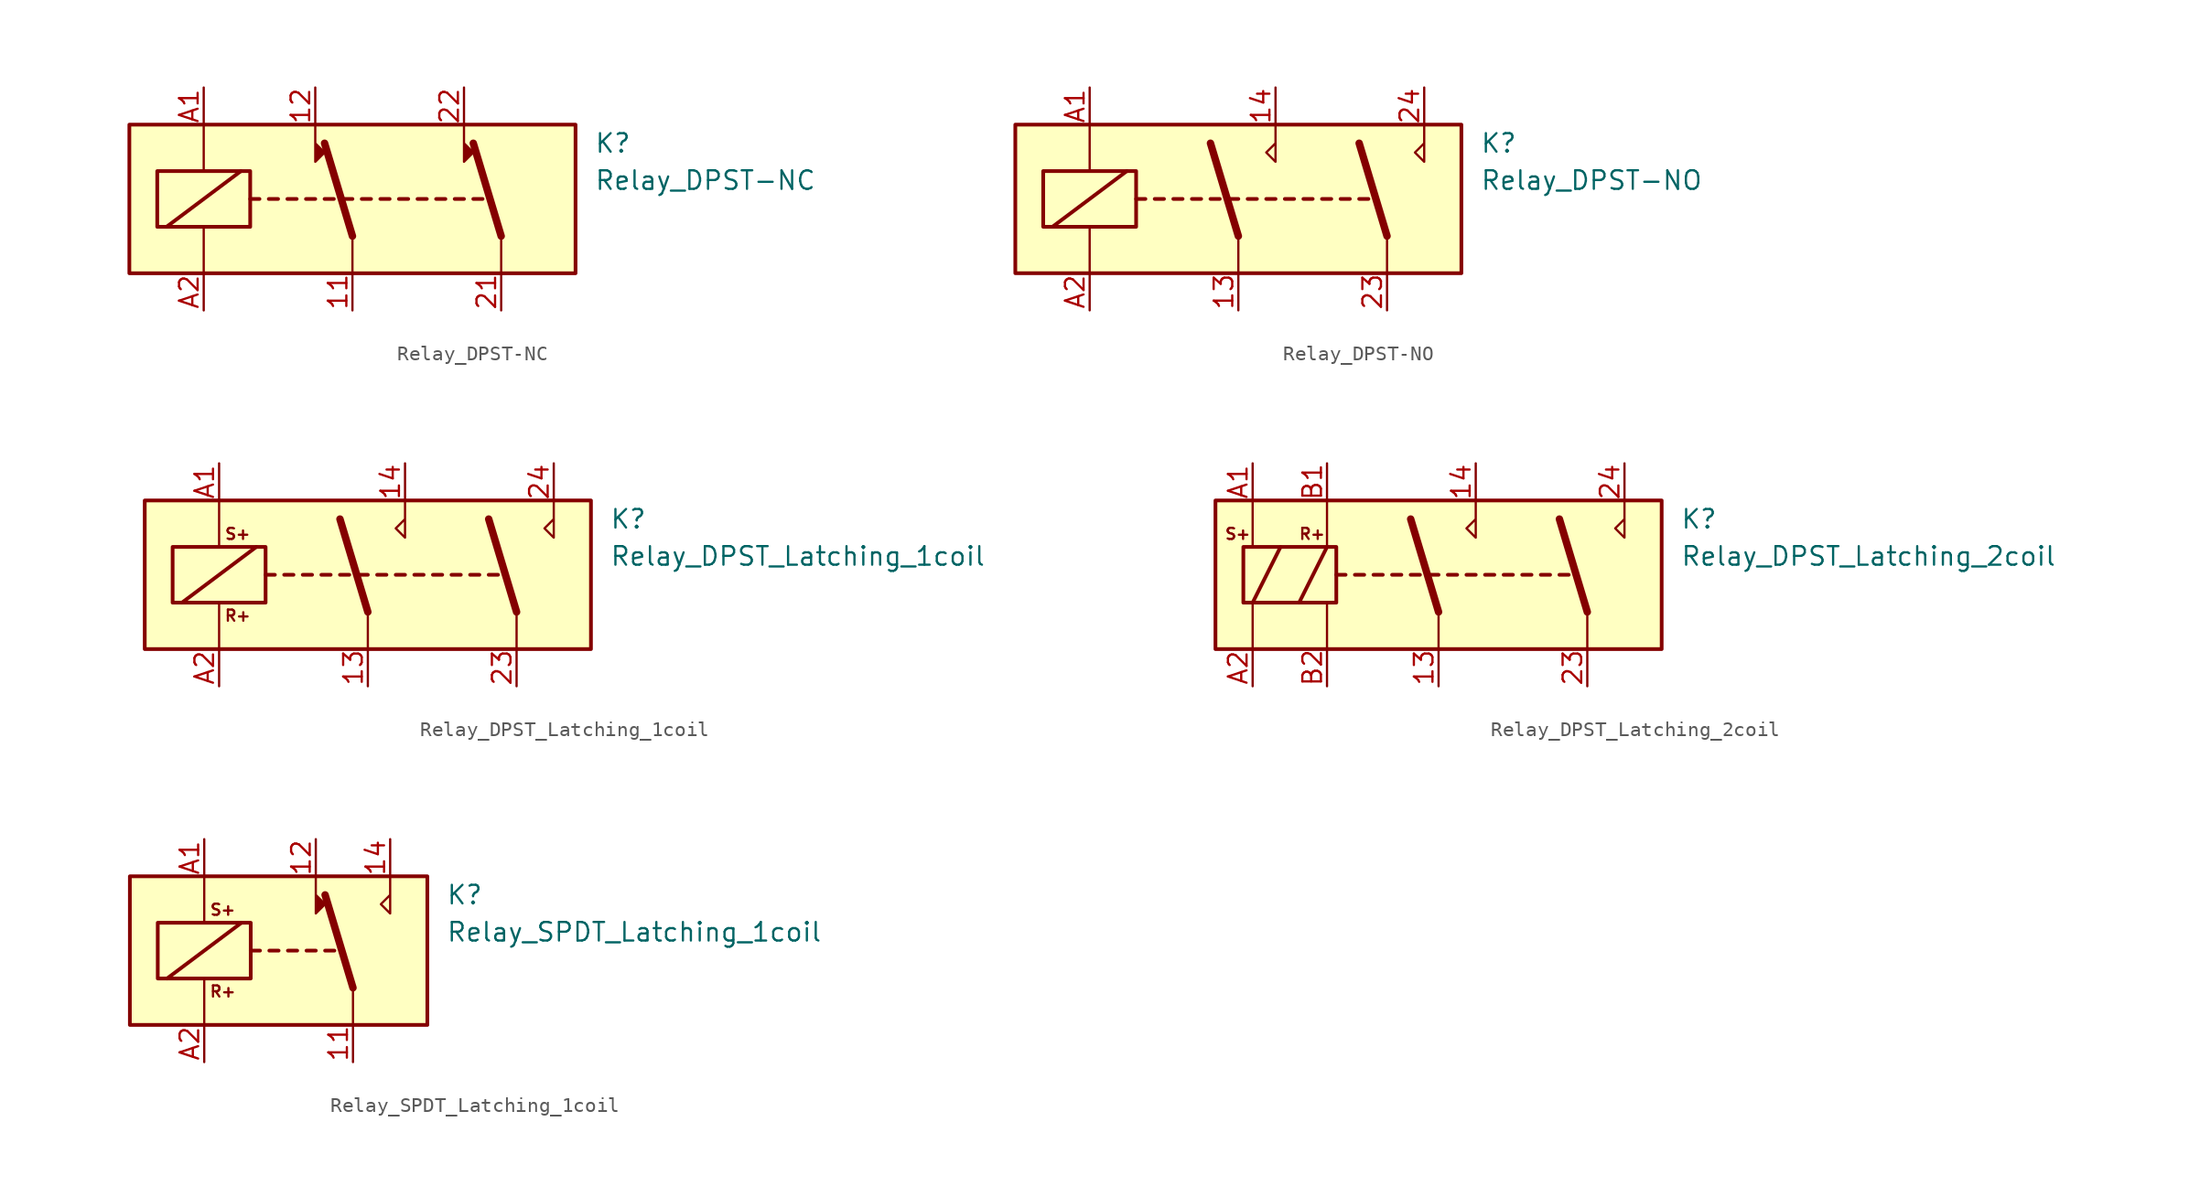
<source format=kicad_sym>
(kicad_symbol_lib
  (version 20241209)
  (generator "kicad_symbol_editor")
  (generator_version "9.0")
  (symbol "Relay_DPST-NC"
    (property "Reference" "K"
      (at 16.51 3.81 0)
      (effects (font (size 1.27 1.27)) (justify left)))
    (property "Value" "Relay_DPST-NC"
      (at 16.51 1.27 0)
      (effects (font (size 1.27 1.27)) (justify left)))
    (symbol "Relay_DPST-NC_0_1"
      (rectangle (start -13.335 1.905) (end -6.985 -1.905) (stroke (width 0.254) (type default)) (fill (type none)))
      (polyline (pts (xy -12.7 -1.905) (xy -7.62 1.905)) (stroke (width 0.254) (type default)) (fill (type none)))
      (polyline (pts (xy -10.16 5.08) (xy -10.16 1.905)) (stroke (width 0) (type default)) (fill (type none)))
      (polyline (pts (xy -10.16 -5.08) (xy -10.16 -1.905)) (stroke (width 0) (type default)) (fill (type none)))
      (polyline (pts (xy -6.985 0) (xy -6.35 0)) (stroke (width 0.254) (type default)) (fill (type none)))
      (polyline (pts (xy -5.715 0) (xy -5.08 0)) (stroke (width 0.254) (type default)) (fill (type none)))
      (polyline (pts (xy -4.445 0) (xy -3.81 0)) (stroke (width 0.254) (type default)) (fill (type none)))
      (polyline (pts (xy -3.175 0) (xy -2.54 0)) (stroke (width 0.254) (type default)) (fill (type none)))
      (polyline (pts (xy -2.54 5.08) (xy -2.54 2.54) (xy -1.905 3.175) (xy -2.54 3.81)) (stroke (width 0) (type default)) (fill (type outline)))
      (polyline (pts (xy -1.905 0) (xy -1.27 0)) (stroke (width 0.254) (type default)) (fill (type none)))
      (polyline (pts (xy -0.635 0) (xy 0 0)) (stroke (width 0.254) (type default)) (fill (type none)))
      (polyline (pts (xy 0 -2.54) (xy -1.905 3.81)) (stroke (width 0.508) (type default)) (fill (type none)))
      (polyline (pts (xy 0 -2.54) (xy 0 -5.08)) (stroke (width 0) (type default)) (fill (type none)))
      (polyline (pts (xy 0.635 0) (xy 1.27 0)) (stroke (width 0.254) (type default)) (fill (type none)))
      (polyline (pts (xy 1.905 0) (xy 2.54 0)) (stroke (width 0.254) (type default)) (fill (type none)))
      (polyline (pts (xy 3.175 0) (xy 3.81 0)) (stroke (width 0.254) (type default)) (fill (type none)))
      (polyline (pts (xy 4.445 0) (xy 5.08 0)) (stroke (width 0.254) (type default)) (fill (type none)))
      (polyline (pts (xy 5.715 0) (xy 6.35 0)) (stroke (width 0.254) (type default)) (fill (type none)))
      (polyline (pts (xy 6.985 0) (xy 7.62 0)) (stroke (width 0.254) (type default)) (fill (type none)))
      (polyline (pts (xy 7.62 5.08) (xy 7.62 2.54) (xy 8.255 3.175) (xy 7.62 3.81)) (stroke (width 0) (type default)) (fill (type outline)))
      (polyline (pts (xy 8.255 0) (xy 8.89 0)) (stroke (width 0.254) (type default)) (fill (type none)))
      (polyline (pts (xy 10.16 -2.54) (xy 8.255 3.81)) (stroke (width 0.508) (type default)) (fill (type none)))
      (polyline (pts (xy 10.16 -2.54) (xy 10.16 -5.08)) (stroke (width 0) (type default)) (fill (type none))))
    (symbol "Relay_DPST-NC_1_1"
      (rectangle (start -15.24 5.08) (end 15.24 -5.08) (stroke (width 0.254) (type default)) (fill (type background)))
      (pin passive line (at -10.16 7.62 270) (length 2.54) (name "~" (effects (font (size 1.27 1.27)))) (number "A1" (effects (font (size 1.27 1.27)))))
      (pin passive line (at -10.16 -7.62 90) (length 2.54) (name "~" (effects (font (size 1.27 1.27)))) (number "A2" (effects (font (size 1.27 1.27)))))
      (pin passive line (at -2.54 7.62 270) (length 2.54) (name "~" (effects (font (size 1.27 1.27)))) (number "12" (effects (font (size 1.27 1.27)))))
      (pin passive line (at 0 -7.62 90) (length 2.54) (name "~" (effects (font (size 1.27 1.27)))) (number "11" (effects (font (size 1.27 1.27)))))
      (pin passive line (at 7.62 7.62 270) (length 2.54) (name "~" (effects (font (size 1.27 1.27)))) (number "22" (effects (font (size 1.27 1.27)))))
      (pin passive line (at 10.16 -7.62 90) (length 2.54) (name "~" (effects (font (size 1.27 1.27)))) (number "21" (effects (font (size 1.27 1.27)))))))
  (symbol "Relay_DPST-NO"
    (property "Reference" "K"
      (at 16.51 3.81 0)
      (effects (font (size 1.27 1.27)) (justify left)))
    (property "Value" "Relay_DPST-NO"
      (at 16.51 1.27 0)
      (effects (font (size 1.27 1.27)) (justify left)))
    (symbol "Relay_DPST-NO_0_1"
      (rectangle (start -15.24 5.08) (end 15.24 -5.08) (stroke (width 0.254) (type default)) (fill (type background)))
      (rectangle (start -13.335 1.905) (end -6.985 -1.905) (stroke (width 0.254) (type default)) (fill (type none)))
      (polyline (pts (xy -12.7 -1.905) (xy -7.62 1.905)) (stroke (width 0.254) (type default)) (fill (type none)))
      (polyline (pts (xy -10.16 5.08) (xy -10.16 1.905)) (stroke (width 0) (type default)) (fill (type none)))
      (polyline (pts (xy -10.16 -5.08) (xy -10.16 -1.905)) (stroke (width 0) (type default)) (fill (type none)))
      (polyline (pts (xy -6.985 0) (xy -6.35 0)) (stroke (width 0.254) (type default)) (fill (type none)))
      (polyline (pts (xy -5.715 0) (xy -5.08 0)) (stroke (width 0.254) (type default)) (fill (type none)))
      (polyline (pts (xy -4.445 0) (xy -3.81 0)) (stroke (width 0.254) (type default)) (fill (type none)))
      (polyline (pts (xy -3.175 0) (xy -2.54 0)) (stroke (width 0.254) (type default)) (fill (type none)))
      (polyline (pts (xy -1.905 0) (xy -1.27 0)) (stroke (width 0.254) (type default)) (fill (type none)))
      (polyline (pts (xy -0.635 0) (xy 0 0)) (stroke (width 0.254) (type default)) (fill (type none)))
      (polyline (pts (xy 0 -2.54) (xy -1.905 3.81)) (stroke (width 0.508) (type default)) (fill (type none)))
      (polyline (pts (xy 0 -2.54) (xy 0 -5.08)) (stroke (width 0) (type default)) (fill (type none)))
      (polyline (pts (xy 0.635 0) (xy 1.27 0)) (stroke (width 0.254) (type default)) (fill (type none)))
      (polyline (pts (xy 1.905 0) (xy 2.54 0)) (stroke (width 0.254) (type default)) (fill (type none)))
      (polyline (pts (xy 2.54 5.08) (xy 2.54 2.54) (xy 1.905 3.175) (xy 2.54 3.81)) (stroke (width 0) (type default)) (fill (type none)))
      (polyline (pts (xy 3.175 0) (xy 3.81 0)) (stroke (width 0.254) (type default)) (fill (type none)))
      (polyline (pts (xy 4.445 0) (xy 5.08 0)) (stroke (width 0.254) (type default)) (fill (type none)))
      (polyline (pts (xy 5.715 0) (xy 6.35 0)) (stroke (width 0.254) (type default)) (fill (type none)))
      (polyline (pts (xy 6.985 0) (xy 7.62 0)) (stroke (width 0.254) (type default)) (fill (type none)))
      (polyline (pts (xy 8.255 0) (xy 8.89 0)) (stroke (width 0.254) (type default)) (fill (type none)))
      (polyline (pts (xy 10.16 -2.54) (xy 8.255 3.81)) (stroke (width 0.508) (type default)) (fill (type none)))
      (polyline (pts (xy 10.16 -2.54) (xy 10.16 -5.08)) (stroke (width 0) (type default)) (fill (type none)))
      (polyline (pts (xy 12.7 5.08) (xy 12.7 2.54) (xy 12.065 3.175) (xy 12.7 3.81)) (stroke (width 0) (type default)) (fill (type none))))
    (symbol "Relay_DPST-NO_1_1"
      (pin passive line (at -10.16 7.62 270) (length 2.54) (name "~" (effects (font (size 1.27 1.27)))) (number "A1" (effects (font (size 1.27 1.27)))))
      (pin passive line (at -10.16 -7.62 90) (length 2.54) (name "~" (effects (font (size 1.27 1.27)))) (number "A2" (effects (font (size 1.27 1.27)))))
      (pin passive line (at 0 -7.62 90) (length 2.54) (name "~" (effects (font (size 1.27 1.27)))) (number "13" (effects (font (size 1.27 1.27)))))
      (pin passive line (at 2.54 7.62 270) (length 2.54) (name "~" (effects (font (size 1.27 1.27)))) (number "14" (effects (font (size 1.27 1.27)))))
      (pin passive line (at 10.16 -7.62 90) (length 2.54) (name "~" (effects (font (size 1.27 1.27)))) (number "23" (effects (font (size 1.27 1.27)))))
      (pin passive line (at 12.7 7.62 270) (length 2.54) (name "~" (effects (font (size 1.27 1.27)))) (number "24" (effects (font (size 1.27 1.27)))))))
  (symbol "Relay_DPST_Latching_1coil"
    (property "Reference" "K"
      (at 16.51 3.81 0)
      (effects (font (size 1.27 1.27)) (justify left)))
    (property "Value" "Relay_DPST_Latching_1coil"
      (at 16.51 1.27 0)
      (effects (font (size 1.27 1.27)) (justify left)))
    (symbol "Relay_DPST_Latching_1coil_0_1"
      (rectangle (start -13.335 1.905) (end -6.985 -1.905) (stroke (width 0.254) (type default)) (fill (type none)))
      (polyline (pts (xy -12.7 -1.905) (xy -7.62 1.905)) (stroke (width 0.254) (type default)) (fill (type none)))
      (polyline (pts (xy -10.16 5.08) (xy -10.16 1.905)) (stroke (width 0) (type default)) (fill (type none)))
      (polyline (pts (xy -10.16 -5.08) (xy -10.16 -1.905)) (stroke (width 0) (type default)) (fill (type none)))
      (polyline (pts (xy -6.985 0) (xy -6.35 0)) (stroke (width 0.254) (type default)) (fill (type none)))
      (polyline (pts (xy -5.715 0) (xy -5.08 0)) (stroke (width 0.254) (type default)) (fill (type none)))
      (polyline (pts (xy -4.445 0) (xy -3.81 0)) (stroke (width 0.254) (type default)) (fill (type none)))
      (polyline (pts (xy -3.175 0) (xy -2.54 0)) (stroke (width 0.254) (type default)) (fill (type none)))
      (polyline (pts (xy -1.905 0) (xy -1.27 0)) (stroke (width 0.254) (type default)) (fill (type none)))
      (polyline (pts (xy -0.635 0) (xy 0 0)) (stroke (width 0.254) (type default)) (fill (type none)))
      (polyline (pts (xy 0 -2.54) (xy -1.905 3.81)) (stroke (width 0.508) (type default)) (fill (type none)))
      (polyline (pts (xy 0 -2.54) (xy 0 -5.08)) (stroke (width 0) (type default)) (fill (type none)))
      (polyline (pts (xy 0.635 0) (xy 1.27 0)) (stroke (width 0.254) (type default)) (fill (type none)))
      (polyline (pts (xy 1.905 0) (xy 2.54 0)) (stroke (width 0.254) (type default)) (fill (type none)))
      (polyline (pts (xy 2.54 5.08) (xy 2.54 2.54) (xy 1.905 3.175) (xy 2.54 3.81)) (stroke (width 0) (type default)) (fill (type none)))
      (polyline (pts (xy 3.175 0) (xy 3.81 0)) (stroke (width 0.254) (type default)) (fill (type none)))
      (polyline (pts (xy 4.445 0) (xy 5.08 0)) (stroke (width 0.254) (type default)) (fill (type none)))
      (polyline (pts (xy 5.715 0) (xy 6.35 0)) (stroke (width 0.254) (type default)) (fill (type none)))
      (polyline (pts (xy 6.985 0) (xy 7.62 0)) (stroke (width 0.254) (type default)) (fill (type none)))
      (polyline (pts (xy 8.255 0) (xy 8.89 0)) (stroke (width 0.254) (type default)) (fill (type none)))
      (polyline (pts (xy 10.16 -2.54) (xy 8.255 3.81)) (stroke (width 0.508) (type default)) (fill (type none)))
      (polyline (pts (xy 10.16 -2.54) (xy 10.16 -5.08)) (stroke (width 0) (type default)) (fill (type none)))
      (polyline (pts (xy 12.7 5.08) (xy 12.7 2.54) (xy 12.065 3.175) (xy 12.7 3.81)) (stroke (width 0) (type default)) (fill (type none))))
    (symbol "Relay_DPST_Latching_1coil_1_0"
      (text "S+" (at -8.89 2.794 0) (effects (font (size 0.762 0.762))))
      (text "R+" (at -8.89 -2.794 0) (effects (font (size 0.762 0.762)))))
    (symbol "Relay_DPST_Latching_1coil_1_1"
      (rectangle (start -15.24 5.08) (end 15.24 -5.08) (stroke (width 0.254) (type default)) (fill (type background)))
      (pin passive line (at -10.16 7.62 270) (length 2.54) (name "~" (effects (font (size 1.27 1.27)))) (number "A1" (effects (font (size 1.27 1.27)))))
      (pin passive line (at -10.16 -7.62 90) (length 2.54) (name "~" (effects (font (size 1.27 1.27)))) (number "A2" (effects (font (size 1.27 1.27)))))
      (pin passive line (at 0 -7.62 90) (length 2.54) (name "~" (effects (font (size 1.27 1.27)))) (number "13" (effects (font (size 1.27 1.27)))))
      (pin passive line (at 2.54 7.62 270) (length 2.54) (name "~" (effects (font (size 1.27 1.27)))) (number "14" (effects (font (size 1.27 1.27)))))
      (pin passive line (at 10.16 -7.62 90) (length 2.54) (name "~" (effects (font (size 1.27 1.27)))) (number "23" (effects (font (size 1.27 1.27)))))
      (pin passive line (at 12.7 7.62 270) (length 2.54) (name "~" (effects (font (size 1.27 1.27)))) (number "24" (effects (font (size 1.27 1.27)))))))
  (symbol "Relay_DPST_Latching_2coil"
    (property "Reference" "K"
      (at 16.51 3.81 0)
      (effects (font (size 1.27 1.27)) (justify left)))
    (property "Value" "Relay_DPST_Latching_2coil"
      (at 16.51 1.27 0)
      (effects (font (size 1.27 1.27)) (justify left)))
    (symbol "Relay_DPST_Latching_2coil_0_0"
      (polyline (pts (xy 2.54 5.08) (xy 2.54 2.54) (xy 1.905 3.175) (xy 2.54 3.81)) (stroke (width 0) (type default)) (fill (type none)))
      (polyline (pts (xy 12.7 5.08) (xy 12.7 2.54) (xy 12.065 3.175) (xy 12.7 3.81)) (stroke (width 0) (type default)) (fill (type none))))
    (symbol "Relay_DPST_Latching_2coil_0_1"
      (rectangle (start -13.335 1.905) (end -6.985 -1.905) (stroke (width 0.254) (type default)) (fill (type none)))
      (polyline (pts (xy -12.7 5.08) (xy -12.7 1.905)) (stroke (width 0) (type default)) (fill (type none)))
      (polyline (pts (xy -12.7 -5.08) (xy -12.7 -1.905)) (stroke (width 0) (type default)) (fill (type none)))
      (polyline (pts (xy -7.62 5.08) (xy -7.62 1.905)) (stroke (width 0) (type default)) (fill (type none)))
      (polyline (pts (xy -7.62 -5.08) (xy -7.62 -1.905)) (stroke (width 0) (type default)) (fill (type none)))
      (polyline (pts (xy -6.985 0) (xy -6.35 0)) (stroke (width 0.254) (type default)) (fill (type none)))
      (polyline (pts (xy -5.715 0) (xy -5.08 0)) (stroke (width 0.254) (type default)) (fill (type none)))
      (polyline (pts (xy -4.445 0) (xy -3.81 0)) (stroke (width 0.254) (type default)) (fill (type none)))
      (polyline (pts (xy -3.175 0) (xy -2.54 0)) (stroke (width 0.254) (type default)) (fill (type none)))
      (polyline (pts (xy -1.905 0) (xy -1.27 0)) (stroke (width 0.254) (type default)) (fill (type none)))
      (polyline (pts (xy -0.635 0) (xy 0 0)) (stroke (width 0.254) (type default)) (fill (type none)))
      (polyline (pts (xy 0 -2.54) (xy -1.905 3.81)) (stroke (width 0.508) (type default)) (fill (type none)))
      (polyline (pts (xy 0 -2.54) (xy 0 -5.08)) (stroke (width 0) (type default)) (fill (type none)))
      (polyline (pts (xy 0.635 0) (xy 1.27 0)) (stroke (width 0.254) (type default)) (fill (type none)))
      (polyline (pts (xy 1.905 0) (xy 2.54 0)) (stroke (width 0.254) (type default)) (fill (type none)))
      (polyline (pts (xy 3.175 0) (xy 3.81 0)) (stroke (width 0.254) (type default)) (fill (type none)))
      (polyline (pts (xy 4.445 0) (xy 5.08 0)) (stroke (width 0.254) (type default)) (fill (type none)))
      (polyline (pts (xy 5.715 0) (xy 6.35 0)) (stroke (width 0.254) (type default)) (fill (type none)))
      (polyline (pts (xy 6.985 0) (xy 7.62 0)) (stroke (width 0.254) (type default)) (fill (type none)))
      (polyline (pts (xy 8.255 0) (xy 8.89 0)) (stroke (width 0.254) (type default)) (fill (type none)))
      (polyline (pts (xy 10.16 -2.54) (xy 8.255 3.81)) (stroke (width 0.508) (type default)) (fill (type none)))
      (polyline (pts (xy 10.16 -2.54) (xy 10.16 -5.08)) (stroke (width 0) (type default)) (fill (type none))))
    (symbol "Relay_DPST_Latching_2coil_1_0"
      (text "S+" (at -13.716 2.794 0) (effects (font (size 0.762 0.762))))
      (text "R+" (at -8.636 2.794 0) (effects (font (size 0.762 0.762)))))
    (symbol "Relay_DPST_Latching_2coil_1_1"
      (rectangle (start -15.24 5.08) (end 15.24 -5.08) (stroke (width 0.254) (type default)) (fill (type background)))
      (polyline (pts (xy -12.7 -1.905) (xy -10.795 1.905)) (stroke (width 0.254) (type default)) (fill (type none)))
      (polyline (pts (xy -9.525 -1.905) (xy -7.62 1.905)) (stroke (width 0.254) (type default)) (fill (type none)))
      (pin passive line (at -12.7 7.62 270) (length 2.54) (name "~" (effects (font (size 1.27 1.27)))) (number "A1" (effects (font (size 1.27 1.27)))))
      (pin passive line (at -12.7 -7.62 90) (length 2.54) (name "~" (effects (font (size 1.27 1.27)))) (number "A2" (effects (font (size 1.27 1.27)))))
      (pin passive line (at -7.62 7.62 270) (length 2.54) (name "~" (effects (font (size 1.27 1.27)))) (number "B1" (effects (font (size 1.27 1.27)))))
      (pin passive line (at -7.62 -7.62 90) (length 2.54) (name "~" (effects (font (size 1.27 1.27)))) (number "B2" (effects (font (size 1.27 1.27)))))
      (pin passive line (at 0 -7.62 90) (length 2.54) (name "~" (effects (font (size 1.27 1.27)))) (number "13" (effects (font (size 1.27 1.27)))))
      (pin passive line (at 2.54 7.62 270) (length 2.54) (name "~" (effects (font (size 1.27 1.27)))) (number "14" (effects (font (size 1.27 1.27)))))
      (pin passive line (at 10.16 -7.62 90) (length 2.54) (name "~" (effects (font (size 1.27 1.27)))) (number "23" (effects (font (size 1.27 1.27)))))
      (pin passive line (at 12.7 7.62 270) (length 2.54) (name "~" (effects (font (size 1.27 1.27)))) (number "24" (effects (font (size 1.27 1.27)))))))
  (symbol "Relay_SPDT_Latching_1coil"
    (property "Reference" "K"
      (at 11.43 3.81 0)
      (effects (font (size 1.27 1.27)) (justify left)))
    (property "Value" "Relay_SPDT_Latching_1coil"
      (at 11.43 1.27 0)
      (effects (font (size 1.27 1.27)) (justify left)))
    (symbol "Relay_SPDT_Latching_1coil_0_0"
      (polyline (pts (xy 7.62 5.08) (xy 7.62 2.54) (xy 6.985 3.175) (xy 7.62 3.81)) (stroke (width 0) (type default)) (fill (type none))))
    (symbol "Relay_SPDT_Latching_1coil_0_1"
      (rectangle (start -8.255 1.905) (end -1.905 -1.905) (stroke (width 0.254) (type default)) (fill (type none)))
      (polyline (pts (xy -7.62 -1.905) (xy -2.54 1.905)) (stroke (width 0.254) (type default)) (fill (type none)))
      (polyline (pts (xy -5.08 5.08) (xy -5.08 1.905)) (stroke (width 0) (type default)) (fill (type none)))
      (polyline (pts (xy -5.08 -5.08) (xy -5.08 -1.905)) (stroke (width 0) (type default)) (fill (type none)))
      (polyline (pts (xy -1.905 0) (xy -1.27 0)) (stroke (width 0.254) (type default)) (fill (type none)))
      (polyline (pts (xy -0.635 0) (xy 0 0)) (stroke (width 0.254) (type default)) (fill (type none)))
      (polyline (pts (xy 0.635 0) (xy 1.27 0)) (stroke (width 0.254) (type default)) (fill (type none)))
      (polyline (pts (xy 1.905 0) (xy 2.54 0)) (stroke (width 0.254) (type default)) (fill (type none)))
      (polyline (pts (xy 2.54 5.08) (xy 2.54 2.54) (xy 3.175 3.175) (xy 2.54 3.81)) (stroke (width 0) (type default)) (fill (type outline)))
      (polyline (pts (xy 3.175 0) (xy 3.81 0)) (stroke (width 0.254) (type default)) (fill (type none)))
      (polyline (pts (xy 5.08 -2.54) (xy 3.175 3.81)) (stroke (width 0.508) (type default)) (fill (type none)))
      (polyline (pts (xy 5.08 -2.54) (xy 5.08 -5.08)) (stroke (width 0) (type default)) (fill (type none))))
    (symbol "Relay_SPDT_Latching_1coil_1_0"
      (text "S+" (at -3.81 2.794 0) (effects (font (size 0.762 0.762))))
      (text "R+" (at -3.81 -2.794 0) (effects (font (size 0.762 0.762)))))
    (symbol "Relay_SPDT_Latching_1coil_1_1"
      (rectangle (start -10.16 5.08) (end 10.16 -5.08) (stroke (width 0.254) (type default)) (fill (type background)))
      (pin passive line (at -5.08 7.62 270) (length 2.54) (name "~" (effects (font (size 1.27 1.27)))) (number "A1" (effects (font (size 1.27 1.27)))))
      (pin passive line (at -5.08 -7.62 90) (length 2.54) (name "~" (effects (font (size 1.27 1.27)))) (number "A2" (effects (font (size 1.27 1.27)))))
      (pin passive line (at 2.54 7.62 270) (length 2.54) (name "~" (effects (font (size 1.27 1.27)))) (number "12" (effects (font (size 1.27 1.27)))))
      (pin passive line (at 5.08 -7.62 90) (length 2.54) (name "~" (effects (font (size 1.27 1.27)))) (number "11" (effects (font (size 1.27 1.27)))))
      (pin passive line (at 7.62 7.62 270) (length 2.54) (name "~" (effects (font (size 1.27 1.27)))) (number "14" (effects (font (size 1.27 1.27))))))))
</source>
